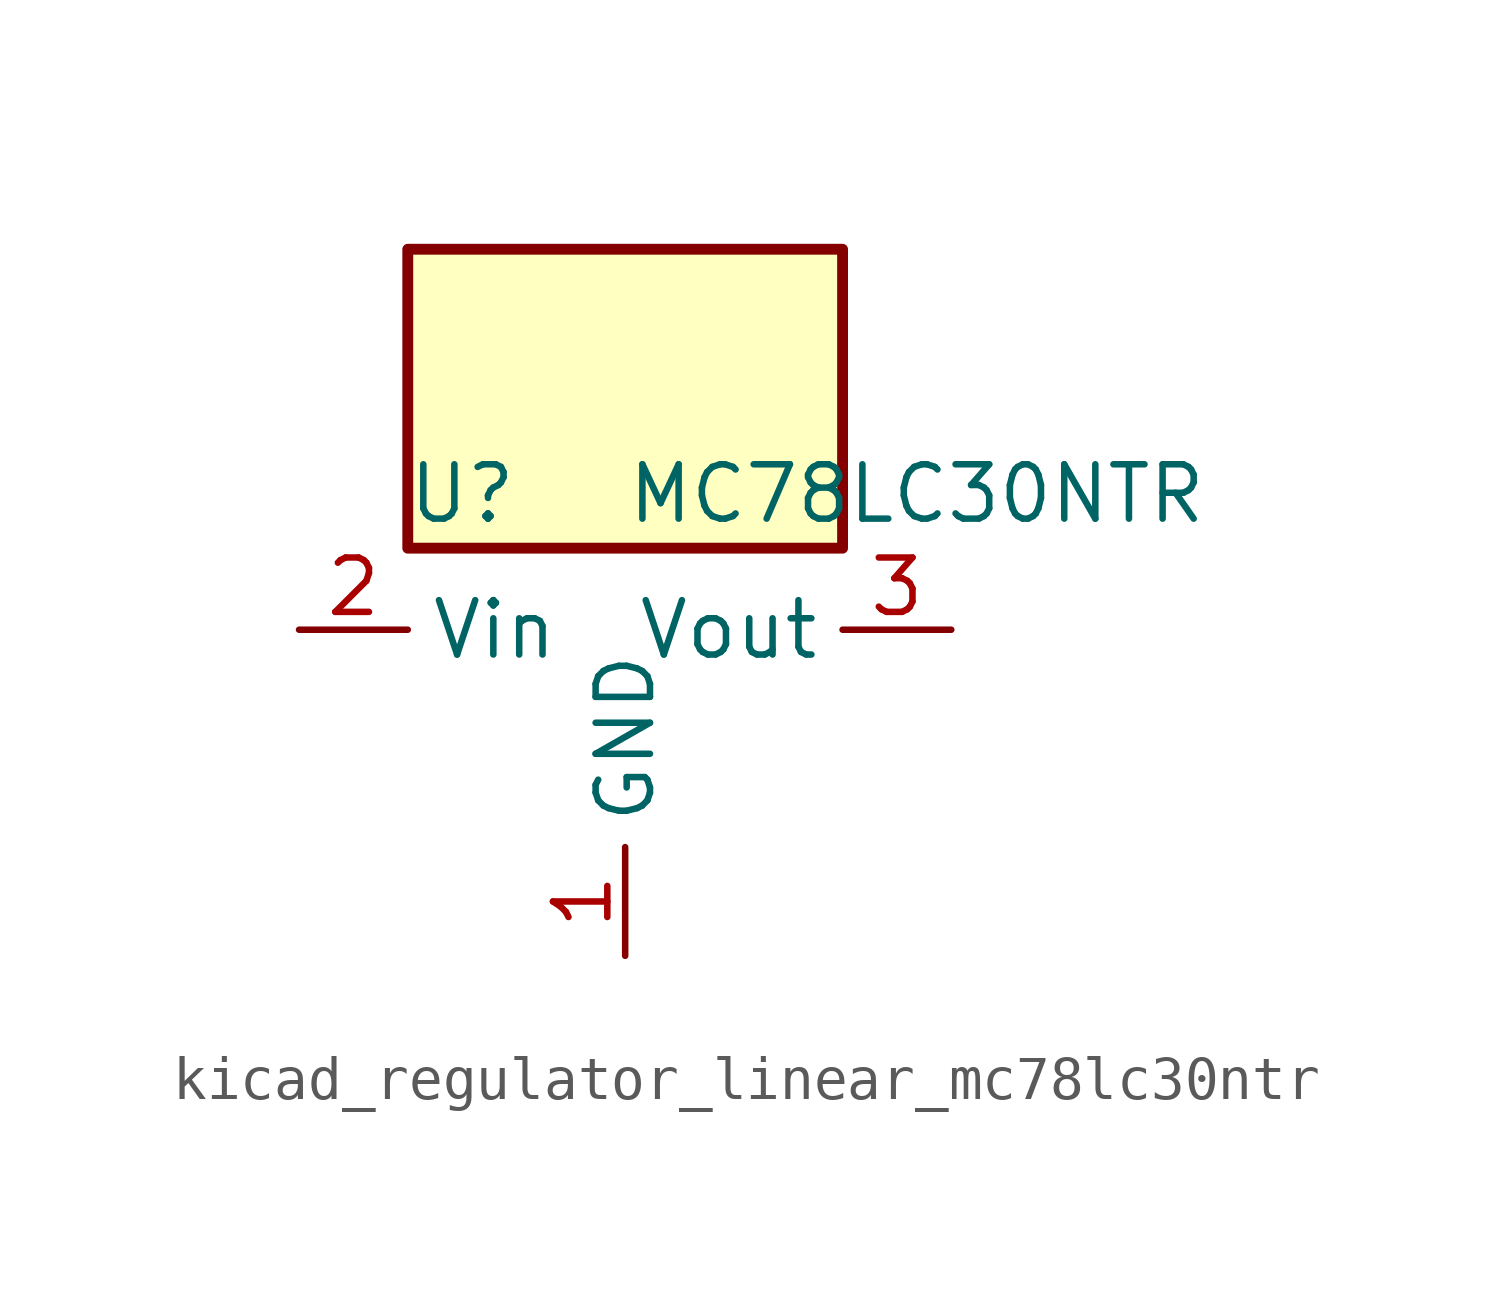
<source format=kicad_sym>
(kicad_symbol_lib
  (version 20220914)
  (generator kicad_symbol_editor)
  (symbol "kicad_regulator_linear_mc78lc30ntr"
    (property "Reference" "U"
      (at -3.81 3.175 0)
      (effects (font (size 1.27 1.27))))
    (property "Value" "MC78LC30NTR"
      (at 0 3.175 0)
      (effects (font (size 1.27 1.27)) (justify left)))
    (symbol "kicad_regulator_linear_mc78lc30ntr_0_1"
      (rectangle (start 5.08 8.89) (end -5.08 1.905) (stroke (width 0.254) (type default)) (fill (type background))))
    (symbol "kicad_regulator_linear_mc78lc30ntr_1_1"
      (pin power_in line (at 0 -7.62 90) (length 2.54) (name "GND" (effects (font (size 1.27 1.27)))) (number "1" (effects (font (size 1.27 1.27)))))
      (pin power_in line (at -7.62 0 0) (length 2.54) (name "Vin" (effects (font (size 1.27 1.27)))) (number "2" (effects (font (size 1.27 1.27)))))
      (pin power_out line (at 7.62 0 180) (length 2.54) (name "Vout" (effects (font (size 1.27 1.27)))) (number "3" (effects (font (size 1.27 1.27)))))
      (pin no_connect line (at 5.08 -2.54 180) (length 2.54) hide (name "NC" (effects (font (size 1.27 1.27)))) (number "4" (effects (font (size 1.27 1.27)))))
      (pin no_connect line (at -5.08 -2.54 0) (length 2.54) hide (name "NC" (effects (font (size 1.27 1.27)))) (number "5" (effects (font (size 1.27 1.27))))))))
</source>
